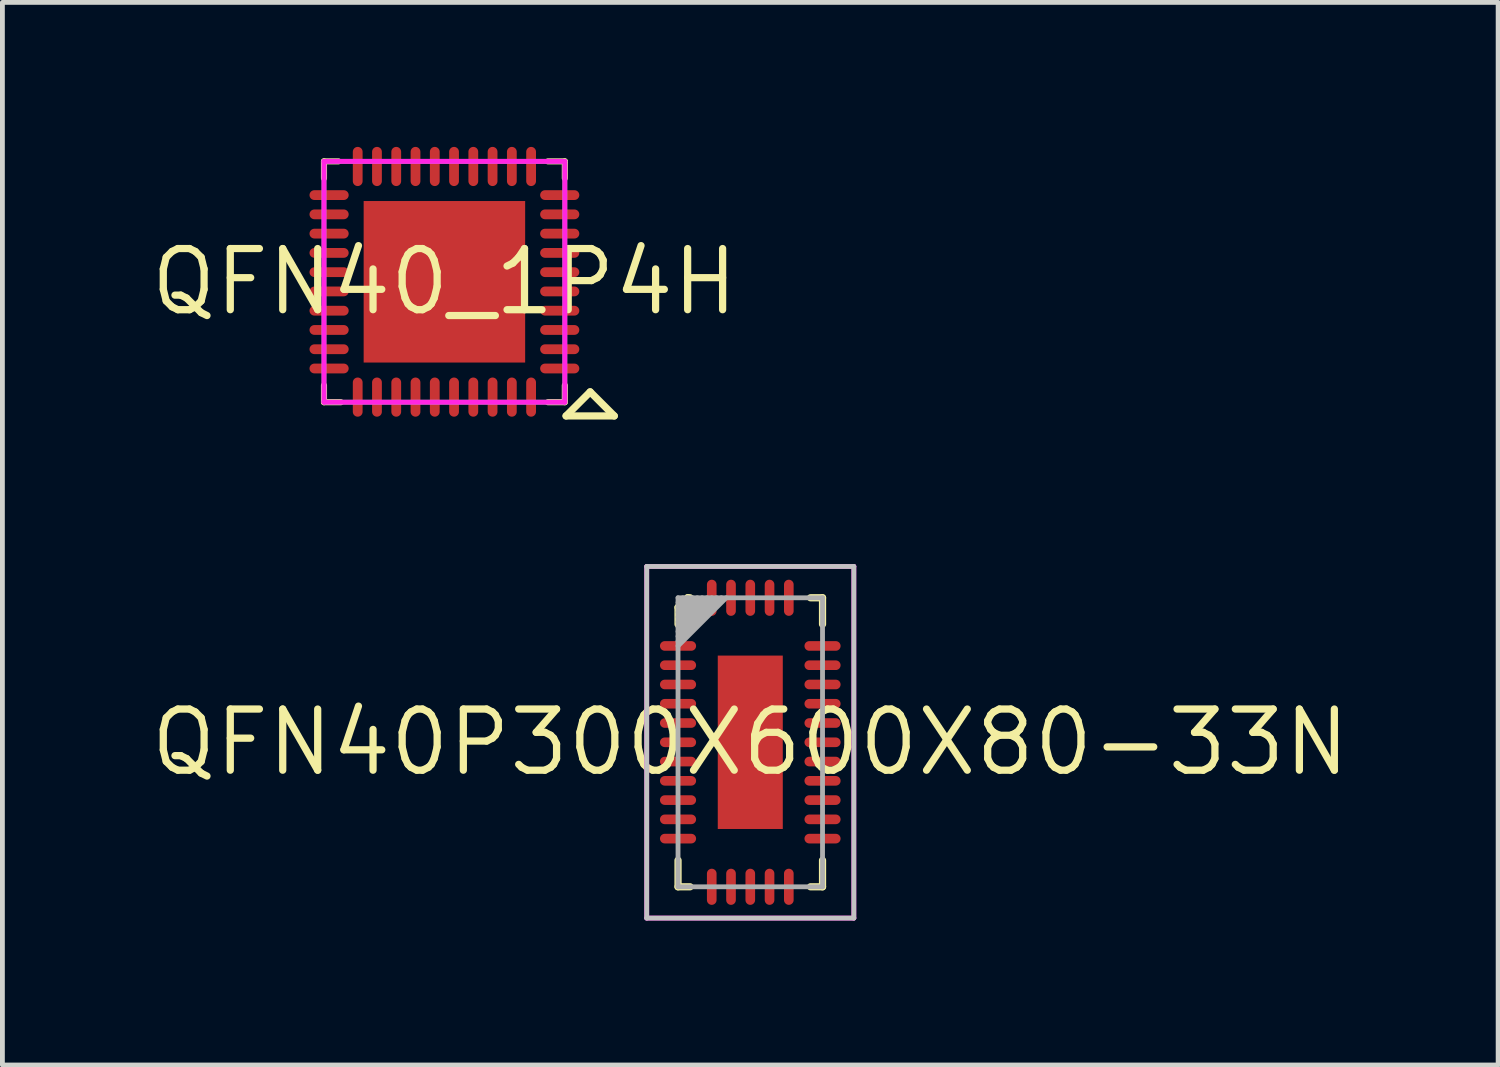
<source format=kicad_pcb>
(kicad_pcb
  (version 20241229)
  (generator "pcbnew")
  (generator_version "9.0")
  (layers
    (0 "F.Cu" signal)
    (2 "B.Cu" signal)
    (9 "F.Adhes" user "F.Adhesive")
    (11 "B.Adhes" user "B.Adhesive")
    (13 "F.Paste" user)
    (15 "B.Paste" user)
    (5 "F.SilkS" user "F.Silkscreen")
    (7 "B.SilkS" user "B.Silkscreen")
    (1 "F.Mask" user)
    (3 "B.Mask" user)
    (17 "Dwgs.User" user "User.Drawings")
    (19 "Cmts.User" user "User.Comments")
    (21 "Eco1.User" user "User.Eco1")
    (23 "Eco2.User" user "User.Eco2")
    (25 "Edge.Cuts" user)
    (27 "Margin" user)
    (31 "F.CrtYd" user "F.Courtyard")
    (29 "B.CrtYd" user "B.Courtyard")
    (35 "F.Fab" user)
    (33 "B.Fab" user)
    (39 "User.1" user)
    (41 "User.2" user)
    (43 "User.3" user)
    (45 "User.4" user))
  (footprint "QFN40P300X600X80-33N"
    (layer "F.Cu")
    (at 12.526 12.36)
    (property "Reference" "QFN40P300X600X80-33N" (at 0 0 0) (layer "F.SilkS") (effects (font (size 1.27 1.27) (thickness 0.15))))
    (fp_line (start -1.5 -2.8) (end -1.3 -3) (stroke (width 0.15) (type solid)) (layer "F.SilkS"))
    (fp_line (start -1.5 -2.45) (end -1.5 -2.8) (stroke (width 0.15) (type solid)) (layer "F.SilkS"))
    (fp_line (start -1.5 2.45) (end -1.5 3) (stroke (width 0.15) (type solid)) (layer "F.SilkS"))
    (fp_line (start -1.5 3) (end -1.25 3) (stroke (width 0.15) (type solid)) (layer "F.SilkS"))
    (fp_line (start -1.3 -3) (end -1.25 -3) (stroke (width 0.15) (type solid)) (layer "F.SilkS"))
    (fp_line (start 1.5 -3) (end 1.25 -3) (stroke (width 0.15) (type solid)) (layer "F.SilkS"))
    (fp_line (start 1.5 -2.45) (end 1.5 -3) (stroke (width 0.15) (type solid)) (layer "F.SilkS"))
    (fp_line (start 1.5 2.45) (end 1.5 3) (stroke (width 0.15) (type solid)) (layer "F.SilkS"))
    (fp_line (start 1.5 3) (end 1.25 3) (stroke (width 0.15) (type solid)) (layer "F.SilkS"))
    (fp_line (start -2.15 -3.65) (end 2.15 -3.65) (stroke (width 0.1) (type solid)) (layer "Dwgs.User"))
    (fp_line (start -2.15 3.65) (end -2.15 -3.65) (stroke (width 0.1) (type solid)) (layer "Dwgs.User"))
    (fp_line (start -1.5 -3) (end 1.5 -3) (stroke (width 0.001) (type solid)) (layer "Dwgs.User"))
    (fp_line (start -1.5 3) (end -1.5 -3) (stroke (width 0.001) (type solid)) (layer "Dwgs.User"))
    (fp_line (start 1.5 -3) (end 1.5 3) (stroke (width 0.001) (type solid)) (layer "Dwgs.User"))
    (fp_line (start 1.5 3) (end -1.5 3) (stroke (width 0.001) (type solid)) (layer "Dwgs.User"))
    (fp_line (start 2.15 -3.65) (end 2.15 3.65) (stroke (width 0.1) (type solid)) (layer "Dwgs.User"))
    (fp_line (start 2.15 3.65) (end -2.15 3.65) (stroke (width 0.1) (type solid)) (layer "Dwgs.User"))
    (fp_line (start -2.15 -3.65) (end 2.15 -3.65) (stroke (width 0.1) (type solid)) (layer "F.CrtYd"))
    (fp_line (start -2.15 3.65) (end -2.15 -3.65) (stroke (width 0.1) (type solid)) (layer "F.CrtYd"))
    (fp_line (start 2.15 -3.65) (end 2.15 3.65) (stroke (width 0.1) (type solid)) (layer "F.CrtYd"))
    (fp_line (start 2.15 3.65) (end -2.15 3.65) (stroke (width 0.1) (type solid)) (layer "F.CrtYd"))
    (fp_line (start -1.5 -3) (end 1.5 -3) (stroke (width 0.1) (type solid)) (layer "F.Fab"))
    (fp_line (start -1.5 3) (end -1.5 -3) (stroke (width 0.1) (type solid)) (layer "F.Fab"))
    (fp_line (start -1.4 -3) (end -1.5 -2.9) (stroke (width 0.1) (type solid)) (layer "F.Fab"))
    (fp_line (start -1.3 -3) (end -1.5 -2.8) (stroke (width 0.1) (type solid)) (layer "F.Fab"))
    (fp_line (start -1.2 -3) (end -1.5 -2.7) (stroke (width 0.1) (type solid)) (layer "F.Fab"))
    (fp_line (start -1.1 -3) (end -1.5 -2.6) (stroke (width 0.1) (type solid)) (layer "F.Fab"))
    (fp_line (start -1 -3) (end -1.5 -2.5) (stroke (width 0.1) (type solid)) (layer "F.Fab"))
    (fp_line (start -0.9 -3) (end -1.5 -2.4) (stroke (width 0.1) (type solid)) (layer "F.Fab"))
    (fp_line (start -0.8 -3) (end -1.5 -2.3) (stroke (width 0.1) (type solid)) (layer "F.Fab"))
    (fp_line (start -0.7 -3) (end -1.5 -2.2) (stroke (width 0.1) (type solid)) (layer "F.Fab"))
    (fp_line (start -0.6 -3) (end -1.5 -2.1) (stroke (width 0.1) (type solid)) (layer "F.Fab"))
    (fp_line (start -0.5 -3) (end -1.5 -2) (stroke (width 0.1) (type solid)) (layer "F.Fab"))
    (fp_line (start 1.5 -3) (end 1.5 3) (stroke (width 0.1) (type solid)) (layer "F.Fab"))
    (fp_line (start 1.5 3) (end -1.5 3) (stroke (width 0.1) (type solid)) (layer "F.Fab"))
    (pad "1" smd oval (at -1.5 -2) (size 0.75 0.2) (layers "F.Cu" "F.Mask" "F.Paste"))
    (pad "2" smd oval (at -1.5 -1.6) (size 0.75 0.2) (layers "F.Cu" "F.Mask" "F.Paste"))
    (pad "3" smd oval (at -1.5 -1.2) (size 0.75 0.2) (layers "F.Cu" "F.Mask" "F.Paste"))
    (pad "4" smd oval (at -1.5 -0.8) (size 0.75 0.2) (layers "F.Cu" "F.Mask" "F.Paste"))
    (pad "5" smd oval (at -1.5 -0.4) (size 0.75 0.2) (layers "F.Cu" "F.Mask" "F.Paste"))
    (pad "6" smd oval (at -1.5 0) (size 0.75 0.2) (layers "F.Cu" "F.Mask" "F.Paste"))
    (pad "7" smd oval (at -1.5 0.4) (size 0.75 0.2) (layers "F.Cu" "F.Mask" "F.Paste"))
    (pad "8" smd oval (at -1.5 0.8) (size 0.75 0.2) (layers "F.Cu" "F.Mask" "F.Paste"))
    (pad "9" smd oval (at -1.5 1.2) (size 0.75 0.2) (layers "F.Cu" "F.Mask" "F.Paste"))
    (pad "10" smd oval (at -1.5 1.6) (size 0.75 0.2) (layers "F.Cu" "F.Mask" "F.Paste"))
    (pad "11" smd oval (at -1.5 2) (size 0.75 0.2) (layers "F.Cu" "F.Mask" "F.Paste"))
    (pad "12" smd oval (at -0.8 3 270) (size 0.75 0.2) (layers "F.Cu" "F.Mask" "F.Paste"))
    (pad "13" smd oval (at -0.4 3 270) (size 0.75 0.2) (layers "F.Cu" "F.Mask" "F.Paste"))
    (pad "14" smd oval (at 0 3 270) (size 0.75 0.2) (layers "F.Cu" "F.Mask" "F.Paste"))
    (pad "15" smd oval (at 0.4 3 270) (size 0.75 0.2) (layers "F.Cu" "F.Mask" "F.Paste"))
    (pad "16" smd oval (at 0.8 3 270) (size 0.75 0.2) (layers "F.Cu" "F.Mask" "F.Paste"))
    (pad "17" smd oval (at 1.5 2) (size 0.75 0.2) (layers "F.Cu" "F.Mask" "F.Paste"))
    (pad "18" smd oval (at 1.5 1.6) (size 0.75 0.2) (layers "F.Cu" "F.Mask" "F.Paste"))
    (pad "19" smd oval (at 1.5 1.2) (size 0.75 0.2) (layers "F.Cu" "F.Mask" "F.Paste"))
    (pad "20" smd oval (at 1.5 0.8) (size 0.75 0.2) (layers "F.Cu" "F.Mask" "F.Paste"))
    (pad "21" smd oval (at 1.5 0.4) (size 0.75 0.2) (layers "F.Cu" "F.Mask" "F.Paste"))
    (pad "22" smd oval (at 1.5 0) (size 0.75 0.2) (layers "F.Cu" "F.Mask" "F.Paste"))
    (pad "23" smd oval (at 1.5 -0.4) (size 0.75 0.2) (layers "F.Cu" "F.Mask" "F.Paste"))
    (pad "24" smd oval (at 1.5 -0.8) (size 0.75 0.2) (layers "F.Cu" "F.Mask" "F.Paste"))
    (pad "25" smd oval (at 1.5 -1.2) (size 0.75 0.2) (layers "F.Cu" "F.Mask" "F.Paste"))
    (pad "26" smd oval (at 1.5 -1.6) (size 0.75 0.2) (layers "F.Cu" "F.Mask" "F.Paste"))
    (pad "27" smd oval (at 1.5 -2) (size 0.75 0.2) (layers "F.Cu" "F.Mask" "F.Paste"))
    (pad "28" smd oval (at 0.8 -3 270) (size 0.75 0.2) (layers "F.Cu" "F.Mask" "F.Paste"))
    (pad "29" smd oval (at 0.4 -3 270) (size 0.75 0.2) (layers "F.Cu" "F.Mask" "F.Paste"))
    (pad "30" smd oval (at 0 -3 270) (size 0.75 0.2) (layers "F.Cu" "F.Mask" "F.Paste"))
    (pad "31" smd oval (at -0.4 -3 270) (size 0.75 0.2) (layers "F.Cu" "F.Mask" "F.Paste"))
    (pad "32" smd oval (at -0.8 -3 270) (size 0.75 0.2) (layers "F.Cu" "F.Mask" "F.Paste"))
    (pad "33" smd rect (at 0 0 270) (size 3.6 1.35) (layers "F.Cu" "F.Mask" "F.Paste")))
  (footprint "QFN40_1P4H"
    (layer "F.Cu")
    (at 6.176 2.8)
    (property "Reference" "QFN40_1P4H" (at 0 0 0) (layer "F.SilkS") (effects (font (size 1.27 1.27) (thickness 0.15))))
    (fp_line (start -2.5 -2.5) (end -2.5 -2.15) (stroke (width 0.127) (type solid)) (layer "F.SilkS"))
    (fp_line (start -2.5 2.5) (end -2.5 2.15) (stroke (width 0.127) (type solid)) (layer "F.SilkS"))
    (fp_line (start -2.2 -2.5) (end -2.5 -2.5) (stroke (width 0.127) (type solid)) (layer "F.SilkS"))
    (fp_line (start -2.15 2.5) (end -2.5 2.5) (stroke (width 0.127) (type solid)) (layer "F.SilkS"))
    (fp_line (start 2.5 -2.5) (end 2.15 -2.5) (stroke (width 0.127) (type solid)) (layer "F.SilkS"))
    (fp_line (start 2.5 -2.15) (end 2.5 -2.5) (stroke (width 0.127) (type solid)) (layer "F.SilkS"))
    (fp_line (start 2.5 2.15) (end 2.5 2.5) (stroke (width 0.127) (type solid)) (layer "F.SilkS"))
    (fp_line (start 2.5 2.5) (end 2.15 2.5) (stroke (width 0.127) (type solid)) (layer "F.SilkS"))
    (fp_line (start 2.526 2.785) (end 3.526 2.785) (stroke (width 0.15) (type solid)) (layer "F.SilkS"))
    (fp_line (start 3.026 2.285) (end 2.526 2.785) (stroke (width 0.15) (type solid)) (layer "F.SilkS"))
    (fp_line (start 3.526 2.785) (end 3.026 2.285) (stroke (width 0.15) (type solid)) (layer "F.SilkS"))
    (fp_line (start -2.5 -2.5) (end -2.5 2.5) (stroke (width 0.1) (type solid)) (layer "F.CrtYd"))
    (fp_line (start -2.5 2.5) (end 2.5 2.5) (stroke (width 0.1) (type solid)) (layer "F.CrtYd"))
    (fp_line (start 2.5 -2.5) (end -2.5 -2.5) (stroke (width 0.1) (type solid)) (layer "F.CrtYd"))
    (fp_line (start 2.5 2.5) (end 2.5 -2.5) (stroke (width 0.1) (type solid)) (layer "F.CrtYd"))
    (fp_line (start -2.5 -2.5) (end -2.5 2.5) (stroke (width 0.1) (type solid)) (layer "F.Fab"))
    (fp_line (start -2.5 2.5) (end 2.5 2.5) (stroke (width 0.1) (type solid)) (layer "F.Fab"))
    (fp_line (start 2.5 -2.5) (end -2.5 -2.5) (stroke (width 0.1) (type solid)) (layer "F.Fab"))
    (fp_line (start 2.5 2.5) (end 2.5 -2.5) (stroke (width 0.1) (type solid)) (layer "F.Fab"))
    (pad "1" smd oval (at 2.394 1.8 90) (size 0.203 0.813) (layers "F.Cu" "F.Mask" "F.Paste"))
    (pad "2" smd oval (at 2.394 1.4 90) (size 0.203 0.813) (layers "F.Cu" "F.Mask" "F.Paste"))
    (pad "3" smd oval (at 2.394 1 90) (size 0.203 0.813) (layers "F.Cu" "F.Mask" "F.Paste"))
    (pad "4" smd oval (at 2.394 0.6 90) (size 0.203 0.813) (layers "F.Cu" "F.Mask" "F.Paste"))
    (pad "5" smd oval (at 2.394 0.2 90) (size 0.203 0.813) (layers "F.Cu" "F.Mask" "F.Paste"))
    (pad "6" smd oval (at 2.394 -0.2 90) (size 0.203 0.813) (layers "F.Cu" "F.Mask" "F.Paste"))
    (pad "7" smd oval (at 2.394 -0.6 90) (size 0.203 0.813) (layers "F.Cu" "F.Mask" "F.Paste"))
    (pad "8" smd oval (at 2.394 -1 90) (size 0.203 0.813) (layers "F.Cu" "F.Mask" "F.Paste"))
    (pad "9" smd oval (at 2.394 -1.4 90) (size 0.203 0.813) (layers "F.Cu" "F.Mask" "F.Paste"))
    (pad "10" smd oval (at 2.394 -1.8 90) (size 0.203 0.813) (layers "F.Cu" "F.Mask" "F.Paste"))
    (pad "11" smd oval (at 1.8 -2.394 180) (size 0.203 0.813) (layers "F.Cu" "F.Mask" "F.Paste"))
    (pad "12" smd oval (at 1.4 -2.394 180) (size 0.203 0.813) (layers "F.Cu" "F.Mask" "F.Paste"))
    (pad "13" smd oval (at 1 -2.394 180) (size 0.203 0.813) (layers "F.Cu" "F.Mask" "F.Paste"))
    (pad "14" smd oval (at 0.6 -2.394 180) (size 0.203 0.813) (layers "F.Cu" "F.Mask" "F.Paste"))
    (pad "15" smd oval (at 0.2 -2.394 180) (size 0.203 0.813) (layers "F.Cu" "F.Mask" "F.Paste"))
    (pad "16" smd oval (at -0.2 -2.394 180) (size 0.203 0.813) (layers "F.Cu" "F.Mask" "F.Paste"))
    (pad "17" smd oval (at -0.6 -2.394 180) (size 0.203 0.813) (layers "F.Cu" "F.Mask" "F.Paste"))
    (pad "18" smd oval (at -1 -2.394 180) (size 0.203 0.813) (layers "F.Cu" "F.Mask" "F.Paste"))
    (pad "19" smd oval (at -1.4 -2.394 180) (size 0.203 0.813) (layers "F.Cu" "F.Mask" "F.Paste"))
    (pad "20" smd oval (at -1.8 -2.394 180) (size 0.203 0.813) (layers "F.Cu" "F.Mask" "F.Paste"))
    (pad "21" smd oval (at -2.394 -1.8 270) (size 0.203 0.813) (layers "F.Cu" "F.Mask" "F.Paste"))
    (pad "22" smd oval (at -2.394 -1.4 270) (size 0.203 0.813) (layers "F.Cu" "F.Mask" "F.Paste"))
    (pad "23" smd oval (at -2.394 -1 270) (size 0.203 0.813) (layers "F.Cu" "F.Mask" "F.Paste"))
    (pad "24" smd oval (at -2.394 -0.6 270) (size 0.203 0.813) (layers "F.Cu" "F.Mask" "F.Paste"))
    (pad "25" smd oval (at -2.394 -0.2 270) (size 0.203 0.813) (layers "F.Cu" "F.Mask" "F.Paste"))
    (pad "26" smd oval (at -2.394 0.2 270) (size 0.203 0.813) (layers "F.Cu" "F.Mask" "F.Paste"))
    (pad "27" smd oval (at -2.394 0.6 270) (size 0.203 0.813) (layers "F.Cu" "F.Mask" "F.Paste"))
    (pad "28" smd oval (at -2.394 1 270) (size 0.203 0.813) (layers "F.Cu" "F.Mask" "F.Paste"))
    (pad "29" smd oval (at -2.394 1.4 270) (size 0.203 0.813) (layers "F.Cu" "F.Mask" "F.Paste"))
    (pad "30" smd oval (at -2.394 1.8 270) (size 0.203 0.813) (layers "F.Cu" "F.Mask" "F.Paste"))
    (pad "31" smd oval (at -1.8 2.394 180) (size 0.203 0.813) (layers "F.Cu" "F.Mask" "F.Paste"))
    (pad "32" smd oval (at -1.4 2.394 180) (size 0.203 0.813) (layers "F.Cu" "F.Mask" "F.Paste"))
    (pad "33" smd oval (at -1 2.394 180) (size 0.203 0.813) (layers "F.Cu" "F.Mask" "F.Paste"))
    (pad "34" smd oval (at -0.6 2.394 180) (size 0.203 0.813) (layers "F.Cu" "F.Mask" "F.Paste"))
    (pad "35" smd oval (at -0.2 2.394 180) (size 0.203 0.813) (layers "F.Cu" "F.Mask" "F.Paste"))
    (pad "36" smd oval (at 0.2 2.394 180) (size 0.203 0.813) (layers "F.Cu" "F.Mask" "F.Paste"))
    (pad "37" smd oval (at 0.6 2.394 180) (size 0.203 0.813) (layers "F.Cu" "F.Mask" "F.Paste"))
    (pad "38" smd oval (at 1 2.394 180) (size 0.203 0.813) (layers "F.Cu" "F.Mask" "F.Paste"))
    (pad "39" smd oval (at 1.4 2.394 180) (size 0.203 0.813) (layers "F.Cu" "F.Mask" "F.Paste"))
    (pad "40" smd oval (at 1.8 2.394 180) (size 0.203 0.813) (layers "F.Cu" "F.Mask" "F.Paste"))
    (pad "41" smd rect (at 0 0 180) (size 3.353 3.353) (layers "F.Cu" "F.Mask" "F.Paste")))
  (gr_rect
    (start -3 -3)
    (end 28.052 19.06)
    (stroke (width 0.1) (type default))
    (fill no)
    (layer "Edge.Cuts")))
</source>
